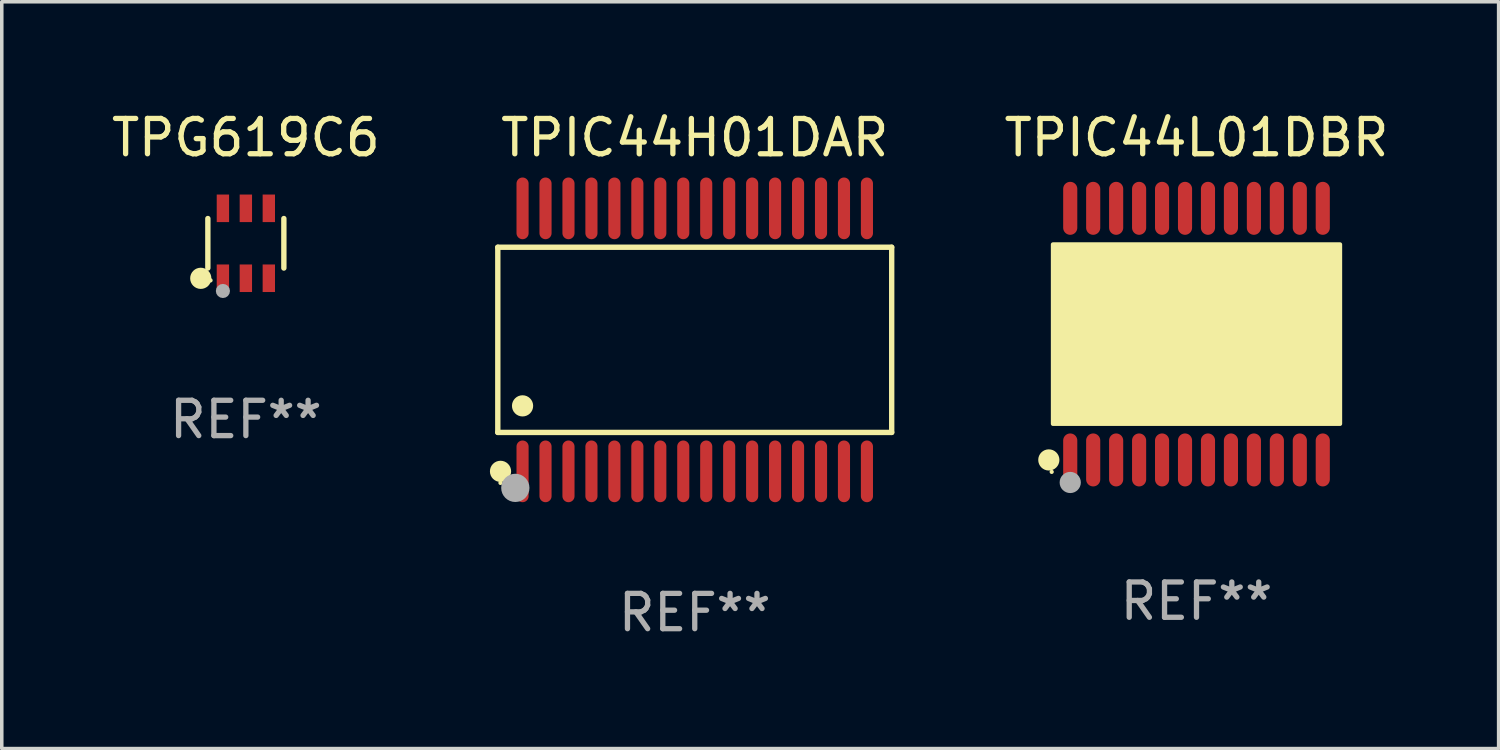
<source format=kicad_pcb>
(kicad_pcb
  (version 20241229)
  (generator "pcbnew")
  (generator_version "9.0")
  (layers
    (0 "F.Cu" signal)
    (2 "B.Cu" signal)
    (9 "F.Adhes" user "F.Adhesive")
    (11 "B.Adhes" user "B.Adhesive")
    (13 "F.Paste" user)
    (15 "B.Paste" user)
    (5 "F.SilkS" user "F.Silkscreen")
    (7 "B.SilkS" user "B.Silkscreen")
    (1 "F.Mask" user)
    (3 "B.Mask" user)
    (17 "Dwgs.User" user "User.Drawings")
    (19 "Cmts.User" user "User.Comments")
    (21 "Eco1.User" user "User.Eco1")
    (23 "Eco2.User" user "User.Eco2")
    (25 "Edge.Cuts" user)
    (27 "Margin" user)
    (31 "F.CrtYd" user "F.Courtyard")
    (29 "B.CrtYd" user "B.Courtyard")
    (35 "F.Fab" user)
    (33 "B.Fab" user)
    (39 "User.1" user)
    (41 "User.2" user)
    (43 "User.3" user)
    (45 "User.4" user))
  (footprint "TPIC44H01DAR"
    (layer "F.Cu")
    (at 16.62 6.572)
    (property "Reference" "TPIC44H01DAR" (at 0 -5.723 0) (layer "F.SilkS") (effects (font (size 1 1) (thickness 0.15))))
    (attr through_hole)
    (fp_line (start -5.576 -2.622) (end 5.576 -2.622) (stroke (width 0.152) (type solid)) (layer "F.SilkS"))
    (fp_line (start -5.576 2.621) (end -5.576 -2.622) (stroke (width 0.152) (type solid)) (layer "F.SilkS"))
    (fp_line (start 5.576 -2.622) (end 5.576 2.621) (stroke (width 0.152) (type solid)) (layer "F.SilkS"))
    (fp_line (start 5.576 2.621) (end -5.576 2.621) (stroke (width 0.152) (type solid)) (layer "F.SilkS"))
    (fp_circle (center -5.5 4.05) (end -5.47 4.05) (stroke (width 0.06) (type solid)) (fill no) (layer "F.SilkS"))
    (fp_circle (center -5.499 3.723) (end -5.349 3.723) (stroke (width 0.3) (type solid)) (fill no) (layer "F.SilkS"))
    (fp_circle (center -4.875 1.869) (end -4.725 1.869) (stroke (width 0.3) (type solid)) (fill no) (layer "F.SilkS"))
    (fp_circle (center -5.08 4.191) (end -4.88 4.191) (stroke (width 0.4) (type solid)) (fill no) (layer "F.Fab"))
    (fp_text user "REF**" (at 0 7.723 0) (layer "F.Fab") (effects (font (size 1 1) (thickness 0.15))))
    (pad "1" smd oval (at -4.875 3.723) (size 0.343 1.747) (layers "F.Cu" "F.Mask" "F.Paste"))
    (pad "2" smd oval (at -4.225 3.723) (size 0.343 1.747) (layers "F.Cu" "F.Mask" "F.Paste"))
    (pad "3" smd oval (at -3.575 3.723) (size 0.343 1.747) (layers "F.Cu" "F.Mask" "F.Paste"))
    (pad "4" smd oval (at -2.925 3.723) (size 0.343 1.747) (layers "F.Cu" "F.Mask" "F.Paste"))
    (pad "5" smd oval (at -2.275 3.723) (size 0.343 1.747) (layers "F.Cu" "F.Mask" "F.Paste"))
    (pad "6" smd oval (at -1.625 3.723) (size 0.343 1.747) (layers "F.Cu" "F.Mask" "F.Paste"))
    (pad "7" smd oval (at -0.975 3.723) (size 0.343 1.747) (layers "F.Cu" "F.Mask" "F.Paste"))
    (pad "8" smd oval (at -0.325 3.723) (size 0.343 1.747) (layers "F.Cu" "F.Mask" "F.Paste"))
    (pad "9" smd oval (at 0.325 3.723) (size 0.343 1.747) (layers "F.Cu" "F.Mask" "F.Paste"))
    (pad "10" smd oval (at 0.975 3.723) (size 0.343 1.747) (layers "F.Cu" "F.Mask" "F.Paste"))
    (pad "11" smd oval (at 1.625 3.723) (size 0.343 1.747) (layers "F.Cu" "F.Mask" "F.Paste"))
    (pad "12" smd oval (at 2.275 3.723) (size 0.343 1.747) (layers "F.Cu" "F.Mask" "F.Paste"))
    (pad "13" smd oval (at 2.925 3.723) (size 0.343 1.747) (layers "F.Cu" "F.Mask" "F.Paste"))
    (pad "14" smd oval (at 3.575 3.723) (size 0.343 1.747) (layers "F.Cu" "F.Mask" "F.Paste"))
    (pad "15" smd oval (at 4.225 3.723) (size 0.343 1.747) (layers "F.Cu" "F.Mask" "F.Paste"))
    (pad "16" smd oval (at 4.875 3.723) (size 0.343 1.747) (layers "F.Cu" "F.Mask" "F.Paste"))
    (pad "17" smd oval (at 4.875 -3.723) (size 0.343 1.747) (layers "F.Cu" "F.Mask" "F.Paste"))
    (pad "18" smd oval (at 4.225 -3.723) (size 0.343 1.747) (layers "F.Cu" "F.Mask" "F.Paste"))
    (pad "19" smd oval (at 3.575 -3.723) (size 0.343 1.747) (layers "F.Cu" "F.Mask" "F.Paste"))
    (pad "20" smd oval (at 2.925 -3.723) (size 0.343 1.747) (layers "F.Cu" "F.Mask" "F.Paste"))
    (pad "21" smd oval (at 2.275 -3.723) (size 0.343 1.747) (layers "F.Cu" "F.Mask" "F.Paste"))
    (pad "22" smd oval (at 1.625 -3.723) (size 0.343 1.747) (layers "F.Cu" "F.Mask" "F.Paste"))
    (pad "23" smd oval (at 0.975 -3.723) (size 0.343 1.747) (layers "F.Cu" "F.Mask" "F.Paste"))
    (pad "24" smd oval (at 0.325 -3.723) (size 0.343 1.747) (layers "F.Cu" "F.Mask" "F.Paste"))
    (pad "25" smd oval (at -0.325 -3.723) (size 0.343 1.747) (layers "F.Cu" "F.Mask" "F.Paste"))
    (pad "26" smd oval (at -0.975 -3.723) (size 0.343 1.747) (layers "F.Cu" "F.Mask" "F.Paste"))
    (pad "27" smd oval (at -1.625 -3.723) (size 0.343 1.747) (layers "F.Cu" "F.Mask" "F.Paste"))
    (pad "28" smd oval (at -2.275 -3.723) (size 0.343 1.747) (layers "F.Cu" "F.Mask" "F.Paste"))
    (pad "29" smd oval (at -2.925 -3.723) (size 0.343 1.747) (layers "F.Cu" "F.Mask" "F.Paste"))
    (pad "30" smd oval (at -3.575 -3.723) (size 0.343 1.747) (layers "F.Cu" "F.Mask" "F.Paste"))
    (pad "31" smd oval (at -4.225 -3.723) (size 0.343 1.747) (layers "F.Cu" "F.Mask" "F.Paste"))
    (pad "32" smd oval (at -4.875 -3.723) (size 0.343 1.747) (layers "F.Cu" "F.Mask" "F.Paste")))
  (footprint "TPIC44L01DBR"
    (layer "F.Cu")
    (at 30.826 6.41)
    (property "Reference" "TPIC44L01DBR" (at 0 -5.562 0) (layer "F.SilkS") (effects (font (size 1 1) (thickness 0.15))))
    (attr through_hole)
    (fp_circle (center -4.181 3.562) (end -4.031 3.562) (stroke (width 0.3) (type solid)) (fill no) (layer "F.SilkS"))
    (fp_circle (center -4.1 3.9) (end -4.07 3.9) (stroke (width 0.06) (type solid)) (fill no) (layer "F.SilkS"))
    (fp_circle (center -3.575 1.819) (end -3.425 1.819) (stroke (width 0.3) (type solid)) (fill no) (layer "F.SilkS"))
    (fp_poly (pts (xy -4.064 -2.54) (xy 4.064 -2.54) (xy 4.064 2.54) (xy -4.064 2.54)) (stroke (width 0.12) (type solid)) (fill yes) (layer "F.SilkS"))
    (fp_circle (center -3.575 4.2) (end -3.425 4.2) (stroke (width 0.3) (type solid)) (fill no) (layer "F.Fab"))
    (fp_text user "REF**" (at 0 7.562 0) (layer "F.Fab") (effects (font (size 1 1) (thickness 0.15))))
    (pad "1" smd oval (at -3.575 3.562) (size 0.4 1.5) (layers "F.Cu" "F.Mask" "F.Paste"))
    (pad "2" smd oval (at -2.925 3.562) (size 0.4 1.5) (layers "F.Cu" "F.Mask" "F.Paste"))
    (pad "3" smd oval (at -2.275 3.562) (size 0.4 1.5) (layers "F.Cu" "F.Mask" "F.Paste"))
    (pad "4" smd oval (at -1.625 3.562) (size 0.4 1.5) (layers "F.Cu" "F.Mask" "F.Paste"))
    (pad "5" smd oval (at -0.975 3.562) (size 0.4 1.5) (layers "F.Cu" "F.Mask" "F.Paste"))
    (pad "6" smd oval (at -0.325 3.562) (size 0.4 1.5) (layers "F.Cu" "F.Mask" "F.Paste"))
    (pad "7" smd oval (at 0.325 3.562) (size 0.4 1.5) (layers "F.Cu" "F.Mask" "F.Paste"))
    (pad "8" smd oval (at 0.975 3.562) (size 0.4 1.5) (layers "F.Cu" "F.Mask" "F.Paste"))
    (pad "9" smd oval (at 1.625 3.562) (size 0.4 1.5) (layers "F.Cu" "F.Mask" "F.Paste"))
    (pad "10" smd oval (at 2.275 3.562) (size 0.4 1.5) (layers "F.Cu" "F.Mask" "F.Paste"))
    (pad "11" smd oval (at 2.925 3.562) (size 0.4 1.5) (layers "F.Cu" "F.Mask" "F.Paste"))
    (pad "12" smd oval (at 3.575 3.562) (size 0.4 1.5) (layers "F.Cu" "F.Mask" "F.Paste"))
    (pad "13" smd oval (at 3.575 -3.562) (size 0.4 1.5) (layers "F.Cu" "F.Mask" "F.Paste"))
    (pad "14" smd oval (at 2.925 -3.562) (size 0.4 1.5) (layers "F.Cu" "F.Mask" "F.Paste"))
    (pad "15" smd oval (at 2.275 -3.562) (size 0.4 1.5) (layers "F.Cu" "F.Mask" "F.Paste"))
    (pad "16" smd oval (at 1.625 -3.562) (size 0.4 1.5) (layers "F.Cu" "F.Mask" "F.Paste"))
    (pad "17" smd oval (at 0.975 -3.562) (size 0.4 1.5) (layers "F.Cu" "F.Mask" "F.Paste"))
    (pad "18" smd oval (at 0.325 -3.562) (size 0.4 1.5) (layers "F.Cu" "F.Mask" "F.Paste"))
    (pad "19" smd oval (at -0.325 -3.562) (size 0.4 1.5) (layers "F.Cu" "F.Mask" "F.Paste"))
    (pad "20" smd oval (at -0.975 -3.562) (size 0.4 1.5) (layers "F.Cu" "F.Mask" "F.Paste"))
    (pad "21" smd oval (at -1.625 -3.562) (size 0.4 1.5) (layers "F.Cu" "F.Mask" "F.Paste"))
    (pad "22" smd oval (at -2.275 -3.562) (size 0.4 1.5) (layers "F.Cu" "F.Mask" "F.Paste"))
    (pad "23" smd oval (at -2.925 -3.562) (size 0.4 1.5) (layers "F.Cu" "F.Mask" "F.Paste"))
    (pad "24" smd oval (at -3.575 -3.562) (size 0.4 1.5) (layers "F.Cu" "F.Mask" "F.Paste")))
  (footprint "TPG619C6"
    (layer "F.Cu")
    (at 3.911 3.838)
    (property "Reference" "TPG619C6" (at 0 -2.99 0) (layer "F.SilkS") (effects (font (size 1 1) (thickness 0.15))))
    (attr through_hole)
    (fp_line (start -1.076 0.701) (end -1.076 -0.701) (stroke (width 0.152) (type solid)) (layer "F.SilkS"))
    (fp_line (start 1.076 0.701) (end 1.076 -0.701) (stroke (width 0.152) (type solid)) (layer "F.SilkS"))
    (fp_circle (center -1.277 0.992) (end -1.127 0.992) (stroke (width 0.3) (type solid)) (fill no) (layer "F.SilkS"))
    (fp_circle (center -1 1.05) (end -0.97 1.05) (stroke (width 0.06) (type solid)) (fill no) (layer "F.SilkS"))
    (fp_circle (center -0.65 1.35) (end -0.55 1.35) (stroke (width 0.2) (type solid)) (fill no) (layer "F.Fab"))
    (fp_text user "REF**" (at 0 4.99 0) (layer "F.Fab") (effects (font (size 1 1) (thickness 0.15))))
    (pad "1" smd rect (at -0.65 0.99) (size 0.35 0.78) (layers "F.Cu" "F.Mask" "F.Paste"))
    (pad "2" smd rect (at 0 0.99) (size 0.35 0.78) (layers "F.Cu" "F.Mask" "F.Paste"))
    (pad "3" smd rect (at 0.65 0.99) (size 0.35 0.78) (layers "F.Cu" "F.Mask" "F.Paste"))
    (pad "4" smd rect (at 0.65 -0.99) (size 0.35 0.78) (layers "F.Cu" "F.Mask" "F.Paste"))
    (pad "5" smd rect (at 0 -0.99) (size 0.35 0.78) (layers "F.Cu" "F.Mask" "F.Paste"))
    (pad "6" smd rect (at -0.65 -0.99) (size 0.35 0.78) (layers "F.Cu" "F.Mask" "F.Paste")))
  (gr_rect
    (start -3 -3)
    (end 39.38 18.143)
    (stroke (width 0.1) (type default))
    (fill no)
    (layer "Edge.Cuts")))
</source>
